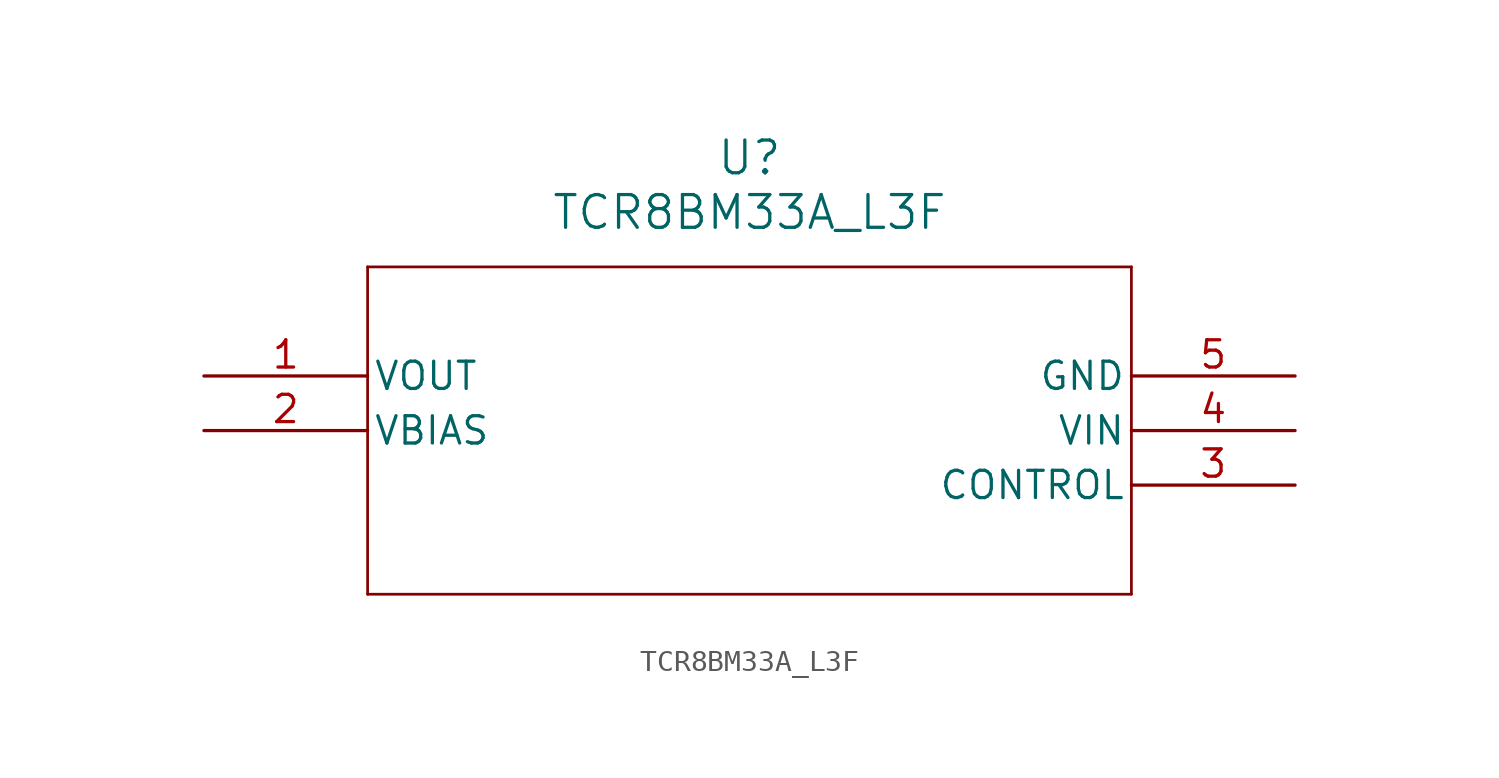
<source format=kicad_sym>
(kicad_symbol_lib
  (version 20241209)
  (generator "kicad_symbol_editor")
  (generator_version "9.0")
  (symbol "TCR8BM33A_L3F"
    (pin_names
      (offset 0.254))
    (property "Reference" "U"
      (at 25.4 10.16 0)
      (effects (font (size 1.524 1.524))))
    (property "Value" "TCR8BM33A_L3F"
      (at 25.4 7.62 0)
      (effects (font (size 1.524 1.524))))
    (property "ki_locked" ""
      (at 0 0 0)
      (effects (font (size 1.27 1.27))))
    (symbol "TCR8BM33A_L3F_0_1"
      (polyline (pts (xy 7.62 5.08) (xy 7.62 -10.16)) (stroke (width 0.127) (type default)) (fill (type none)))
      (polyline (pts (xy 7.62 -10.16) (xy 43.18 -10.16)) (stroke (width 0.127) (type default)) (fill (type none)))
      (polyline (pts (xy 43.18 5.08) (xy 7.62 5.08)) (stroke (width 0.127) (type default)) (fill (type none)))
      (polyline (pts (xy 43.18 -10.16) (xy 43.18 5.08)) (stroke (width 0.127) (type default)) (fill (type none)))
      (pin power_out line (at 50.8 0 180) (length 7.62) (name "GND" (effects (font (size 1.27 1.27)))) (number "5" (effects (font (size 1.27 1.27)))))
      (pin power_in line (at 50.8 -2.54 180) (length 7.62) (name "VIN" (effects (font (size 1.27 1.27)))) (number "4" (effects (font (size 1.27 1.27)))))
      (pin unspecified line (at 50.8 -5.08 180) (length 7.62) (name "CONTROL" (effects (font (size 1.27 1.27)))) (number "3" (effects (font (size 1.27 1.27))))))
    (symbol "TCR8BM33A_L3F_1_1"
      (pin power_out line (at 0 0 0) (length 7.62) (name "VOUT" (effects (font (size 1.27 1.27)))) (number "1" (effects (font (size 1.27 1.27)))))
      (pin input line (at 0 -2.54 0) (length 7.62) (name "VBIAS" (effects (font (size 1.27 1.27)))) (number "2" (effects (font (size 1.27 1.27))))))))
</source>
